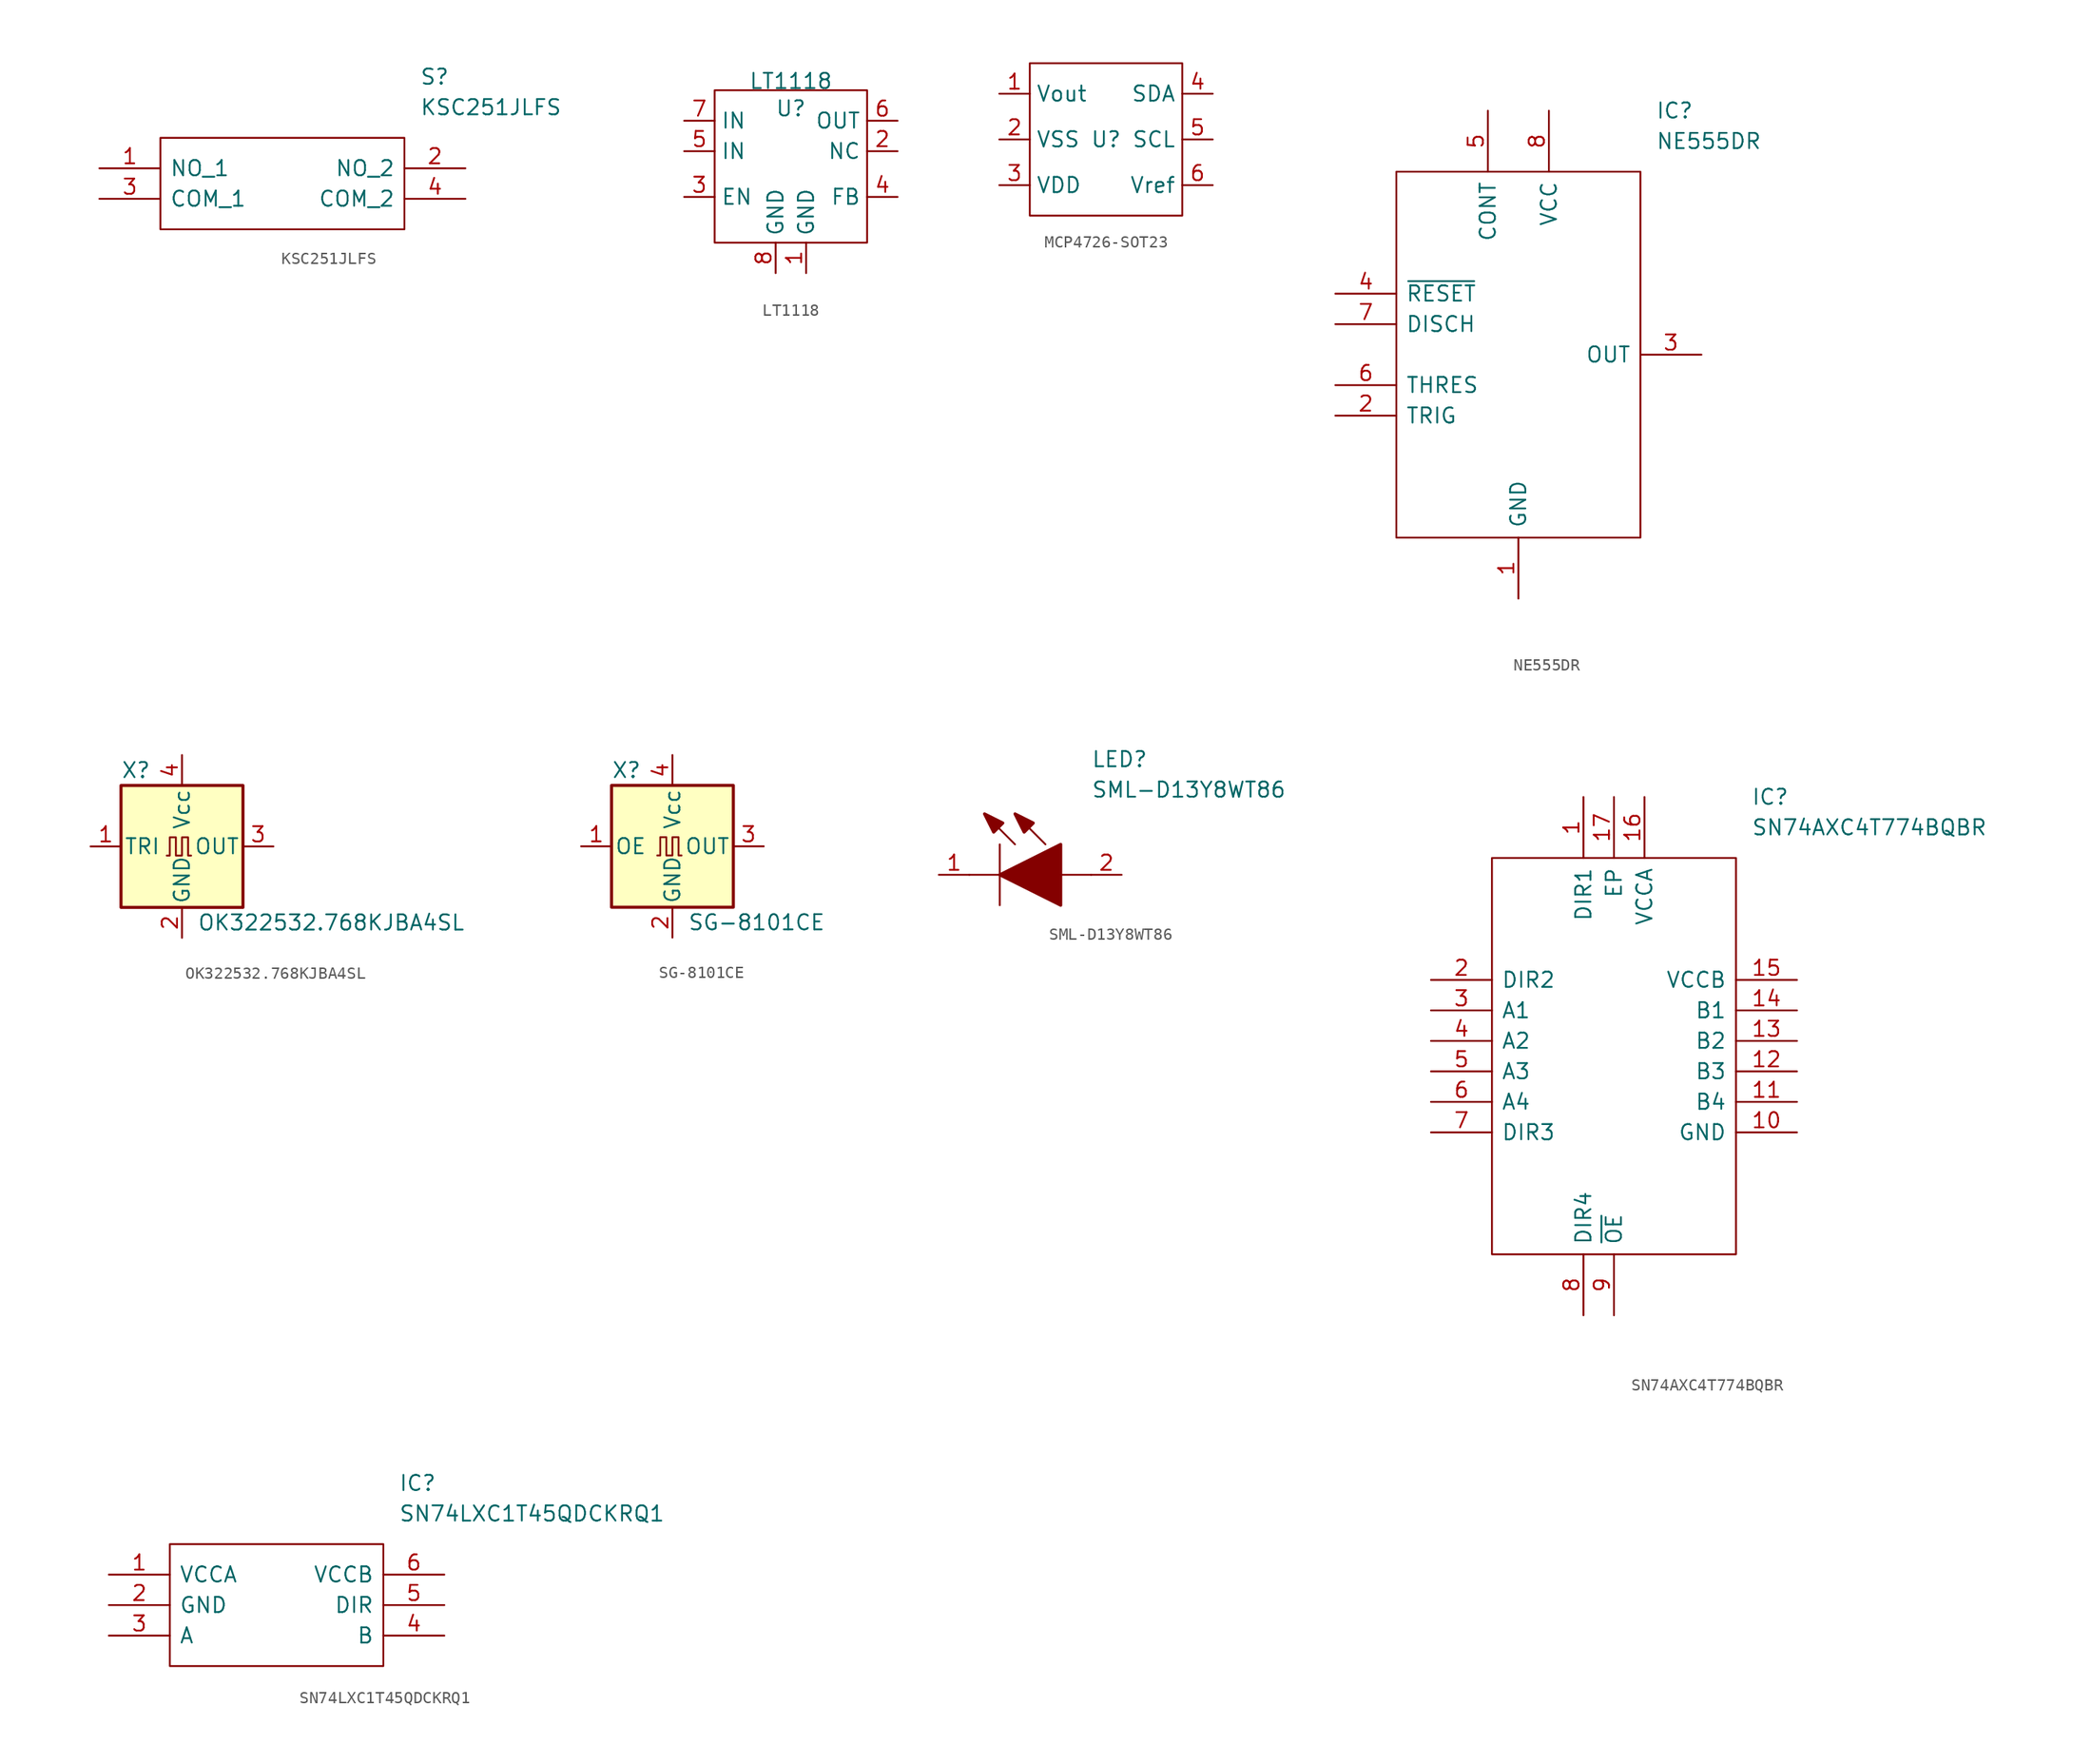
<source format=kicad_sym>
(kicad_symbol_lib
  (version 20241209)
  (generator "kicad_symbol_editor")
  (generator_version "9.0")
  (symbol "KSC251JLFS"
    (pin_names
      (offset 0.762))
    (property "Reference" "S"
      (at 26.67 7.62 0)
      (effects (font (size 1.27 1.27)) (justify left)))
    (property "Value" "KSC251JLFS"
      (at 26.67 5.08 0)
      (effects (font (size 1.27 1.27)) (justify left)))
    (symbol "KSC251JLFS_0_0"
      (pin passive line (at 0 0 0) (length 5.08) (name "NO_1" (effects (font (size 1.27 1.27)))) (number "1" (effects (font (size 1.27 1.27)))))
      (pin passive line (at 0 -2.54 0) (length 5.08) (name "COM_1" (effects (font (size 1.27 1.27)))) (number "3" (effects (font (size 1.27 1.27)))))
      (pin passive line (at 30.48 0 180) (length 5.08) (name "NO_2" (effects (font (size 1.27 1.27)))) (number "2" (effects (font (size 1.27 1.27)))))
      (pin passive line (at 30.48 -2.54 180) (length 5.08) (name "COM_2" (effects (font (size 1.27 1.27)))) (number "4" (effects (font (size 1.27 1.27))))))
    (symbol "KSC251JLFS_0_1"
      (polyline (pts (xy 5.08 2.54) (xy 25.4 2.54) (xy 25.4 -5.08) (xy 5.08 -5.08) (xy 5.08 2.54)) (stroke (width 0.152) (type solid)) (fill (type none)))))
  (symbol "LT1118"
    (property "Reference" "U"
      (at 0 4.826 0)
      (effects (font (size 1.27 1.27))))
    (property "Value" "LT1118"
      (at 0 7.112 0)
      (effects (font (size 1.27 1.27))))
    (symbol "LT1118_0_1"
      (rectangle (start -6.35 6.35) (end 6.35 -6.35) (stroke (width 0) (type default)) (fill (type none))))
    (symbol "LT1118_1_1"
      (pin unspecified line (at -8.89 3.81 0) (length 2.54) (name "IN" (effects (font (size 1.27 1.27)))) (number "7" (effects (font (size 1.27 1.27)))))
      (pin unspecified line (at -8.89 1.27 0) (length 2.54) (name "IN" (effects (font (size 1.27 1.27)))) (number "5" (effects (font (size 1.27 1.27)))))
      (pin unspecified line (at -8.89 -2.54 0) (length 2.54) (name "EN" (effects (font (size 1.27 1.27)))) (number "3" (effects (font (size 1.27 1.27)))))
      (pin unspecified line (at -1.27 -8.89 90) (length 2.54) (name "GND" (effects (font (size 1.27 1.27)))) (number "8" (effects (font (size 1.27 1.27)))))
      (pin unspecified line (at 1.27 -8.89 90) (length 2.54) (name "GND" (effects (font (size 1.27 1.27)))) (number "1" (effects (font (size 1.27 1.27)))))
      (pin unspecified line (at 8.89 3.81 180) (length 2.54) (name "OUT" (effects (font (size 1.27 1.27)))) (number "6" (effects (font (size 1.27 1.27)))))
      (pin unspecified line (at 8.89 1.27 180) (length 2.54) (name "NC" (effects (font (size 1.27 1.27)))) (number "2" (effects (font (size 1.27 1.27)))))
      (pin unspecified line (at 8.89 -2.54 180) (length 2.54) (name "FB" (effects (font (size 1.27 1.27)))) (number "4" (effects (font (size 1.27 1.27)))))))
  (symbol "MCP4726-SOT23"
    (property "Reference" "U"
      (at 0 0 0)
      (effects (font (size 1.27 1.27))))
    (property "Value" ""
      (at 0 0 0)
      (effects (font (size 1.27 1.27))))
    (symbol "MCP4726-SOT23_0_1"
      (rectangle (start -6.35 6.35) (end 6.35 -6.35) (stroke (width 0) (type default)) (fill (type none))))
    (symbol "MCP4726-SOT23_1_1"
      (pin unspecified line (at -8.89 3.81 0) (length 2.54) (name "Vout" (effects (font (size 1.27 1.27)))) (number "1" (effects (font (size 1.27 1.27)))))
      (pin unspecified line (at -8.89 0 0) (length 2.54) (name "VSS" (effects (font (size 1.27 1.27)))) (number "2" (effects (font (size 1.27 1.27)))))
      (pin unspecified line (at -8.89 -3.81 0) (length 2.54) (name "VDD" (effects (font (size 1.27 1.27)))) (number "3" (effects (font (size 1.27 1.27)))))
      (pin unspecified line (at 8.89 3.81 180) (length 2.54) (name "SDA" (effects (font (size 1.27 1.27)))) (number "4" (effects (font (size 1.27 1.27)))))
      (pin unspecified line (at 8.89 0 180) (length 2.54) (name "SCL" (effects (font (size 1.27 1.27)))) (number "5" (effects (font (size 1.27 1.27)))))
      (pin unspecified line (at 8.89 -3.81 180) (length 2.54) (name "Vref" (effects (font (size 1.27 1.27)))) (number "6" (effects (font (size 1.27 1.27)))))))
  (symbol "NE555DR"
    (pin_names
      (offset 0.762))
    (property "Reference" "IC"
      (at 26.67 15.24 0)
      (effects (font (size 1.27 1.27)) (justify left)))
    (property "Value" "NE555DR"
      (at 26.67 12.7 0)
      (effects (font (size 1.27 1.27)) (justify left)))
    (symbol "NE555DR_0_0"
      (pin bidirectional line (at 0 0 0) (length 5.08) (name "~{RESET}" (effects (font (size 1.27 1.27)))) (number "4" (effects (font (size 1.27 1.27)))))
      (pin bidirectional line (at 0 -2.54 0) (length 5.08) (name "DISCH" (effects (font (size 1.27 1.27)))) (number "7" (effects (font (size 1.27 1.27)))))
      (pin bidirectional line (at 0 -7.62 0) (length 5.08) (name "THRES" (effects (font (size 1.27 1.27)))) (number "6" (effects (font (size 1.27 1.27)))))
      (pin bidirectional line (at 0 -10.16 0) (length 5.08) (name "TRIG" (effects (font (size 1.27 1.27)))) (number "2" (effects (font (size 1.27 1.27)))))
      (pin bidirectional line (at 12.7 15.24 270) (length 5.08) (name "CONT" (effects (font (size 1.27 1.27)))) (number "5" (effects (font (size 1.27 1.27)))))
      (pin bidirectional line (at 15.24 -25.4 90) (length 5.08) (name "GND" (effects (font (size 1.27 1.27)))) (number "1" (effects (font (size 1.27 1.27)))))
      (pin bidirectional line (at 17.78 15.24 270) (length 5.08) (name "VCC" (effects (font (size 1.27 1.27)))) (number "8" (effects (font (size 1.27 1.27)))))
      (pin bidirectional line (at 30.48 -5.08 180) (length 5.08) (name "OUT" (effects (font (size 1.27 1.27)))) (number "3" (effects (font (size 1.27 1.27))))))
    (symbol "NE555DR_0_1"
      (polyline (pts (xy 5.08 10.16) (xy 25.4 10.16) (xy 25.4 -20.32) (xy 5.08 -20.32) (xy 5.08 10.16)) (stroke (width 0.152) (type solid)) (fill (type none)))))
  (symbol "OK322532.768KJBA4SL"
    (pin_names
      (offset 0.254))
    (property "Reference" "X"
      (at -5.08 6.35 0)
      (effects (font (size 1.27 1.27)) (justify left)))
    (property "Value" "OK322532.768KJBA4SL"
      (at 1.27 -6.35 0)
      (effects (font (size 1.27 1.27)) (justify left)))
    (symbol "OK322532.768KJBA4SL_0_1"
      (rectangle (start -5.08 5.08) (end 5.08 -5.08) (stroke (width 0.254) (type default)) (fill (type background)))
      (polyline (pts (xy -1.27 -0.762) (xy -1.016 -0.762) (xy -1.016 0.762) (xy -0.508 0.762) (xy -0.508 -0.762) (xy 0 -0.762) (xy 0 0.762) (xy 0.508 0.762) (xy 0.508 -0.762) (xy 0.762 -0.762)) (stroke (width 0) (type default)) (fill (type none))))
    (symbol "OK322532.768KJBA4SL_1_1"
      (pin input line (at -7.62 0 0) (length 2.54) (name "TRI" (effects (font (size 1.27 1.27)))) (number "1" (effects (font (size 1.27 1.27)))))
      (pin power_in line (at 0 7.62 270) (length 2.54) (name "Vcc" (effects (font (size 1.27 1.27)))) (number "4" (effects (font (size 1.27 1.27)))))
      (pin power_in line (at 0 -7.62 90) (length 2.54) (name "GND" (effects (font (size 1.27 1.27)))) (number "2" (effects (font (size 1.27 1.27)))))
      (pin output line (at 7.62 0 180) (length 2.54) (name "OUT" (effects (font (size 1.27 1.27)))) (number "3" (effects (font (size 1.27 1.27)))))))
  (symbol "SG-8101CE"
    (pin_names
      (offset 0.254))
    (property "Reference" "X"
      (at -5.08 6.35 0)
      (effects (font (size 1.27 1.27)) (justify left)))
    (property "Value" "SG-8101CE"
      (at 1.27 -6.35 0)
      (effects (font (size 1.27 1.27)) (justify left)))
    (symbol "SG-8101CE_0_1"
      (rectangle (start -5.08 5.08) (end 5.08 -5.08) (stroke (width 0.254) (type default)) (fill (type background)))
      (polyline (pts (xy -1.27 -0.762) (xy -1.016 -0.762) (xy -1.016 0.762) (xy -0.508 0.762) (xy -0.508 -0.762) (xy 0 -0.762) (xy 0 0.762) (xy 0.508 0.762) (xy 0.508 -0.762) (xy 0.762 -0.762)) (stroke (width 0) (type default)) (fill (type none))))
    (symbol "SG-8101CE_1_1"
      (pin input line (at -7.62 0 0) (length 2.54) (name "OE" (effects (font (size 1.27 1.27)))) (number "1" (effects (font (size 1.27 1.27)))))
      (pin power_in line (at 0 7.62 270) (length 2.54) (name "Vcc" (effects (font (size 1.27 1.27)))) (number "4" (effects (font (size 1.27 1.27)))))
      (pin power_in line (at 0 -7.62 90) (length 2.54) (name "GND" (effects (font (size 1.27 1.27)))) (number "2" (effects (font (size 1.27 1.27)))))
      (pin output line (at 7.62 0 180) (length 2.54) (name "OUT" (effects (font (size 1.27 1.27)))) (number "3" (effects (font (size 1.27 1.27)))))))
  (symbol "SML-D13Y8WT86"
    (pin_names
      (offset 0.762))
    (property "Reference" "LED"
      (at 12.7 8.89 0)
      (effects (font (size 1.27 1.27)) (justify left bottom)))
    (property "Value" "SML-D13Y8WT86"
      (at 12.7 6.35 0)
      (effects (font (size 1.27 1.27)) (justify left bottom)))
    (symbol "SML-D13Y8WT86_0_0"
      (pin passive line (at 0 0 0) (length 2.54) (name "~" (effects (font (size 1.27 1.27)))) (number "1" (effects (font (size 1.27 1.27)))))
      (pin passive line (at 15.24 0 180) (length 2.54) (name "~" (effects (font (size 1.27 1.27)))) (number "2" (effects (font (size 1.27 1.27))))))
    (symbol "SML-D13Y8WT86_0_1"
      (polyline (pts (xy 2.54 0) (xy 5.08 0)) (stroke (width 0.152) (type solid)) (fill (type none)))
      (polyline (pts (xy 5.08 2.54) (xy 5.08 -2.54)) (stroke (width 0.152) (type solid)) (fill (type none)))
      (polyline (pts (xy 5.08 0) (xy 10.16 2.54) (xy 10.16 -2.54) (xy 5.08 0)) (stroke (width 0.254) (type solid)) (fill (type outline)))
      (polyline (pts (xy 5.334 4.318) (xy 4.572 3.556) (xy 3.81 5.08) (xy 5.334 4.318)) (stroke (width 0.254) (type solid)) (fill (type outline)))
      (polyline (pts (xy 6.35 2.54) (xy 3.81 5.08)) (stroke (width 0.152) (type solid)) (fill (type none)))
      (polyline (pts (xy 7.874 4.318) (xy 7.112 3.556) (xy 6.35 5.08) (xy 7.874 4.318)) (stroke (width 0.254) (type solid)) (fill (type outline)))
      (polyline (pts (xy 8.89 2.54) (xy 6.35 5.08)) (stroke (width 0.152) (type solid)) (fill (type none)))
      (polyline (pts (xy 10.16 0) (xy 12.7 0)) (stroke (width 0.152) (type solid)) (fill (type none)))))
  (symbol "SN74AXC4T774BQBR"
    (pin_names
      (offset 0.762))
    (property "Reference" "IC"
      (at 26.67 15.24 0)
      (effects (font (size 1.27 1.27)) (justify left)))
    (property "Value" "SN74AXC4T774BQBR"
      (at 26.67 12.7 0)
      (effects (font (size 1.27 1.27)) (justify left)))
    (symbol "SN74AXC4T774BQBR_0_0"
      (pin passive line (at 0 0 0) (length 5.08) (name "DIR2" (effects (font (size 1.27 1.27)))) (number "2" (effects (font (size 1.27 1.27)))))
      (pin passive line (at 0 -2.54 0) (length 5.08) (name "A1" (effects (font (size 1.27 1.27)))) (number "3" (effects (font (size 1.27 1.27)))))
      (pin passive line (at 0 -5.08 0) (length 5.08) (name "A2" (effects (font (size 1.27 1.27)))) (number "4" (effects (font (size 1.27 1.27)))))
      (pin passive line (at 0 -7.62 0) (length 5.08) (name "A3" (effects (font (size 1.27 1.27)))) (number "5" (effects (font (size 1.27 1.27)))))
      (pin passive line (at 0 -10.16 0) (length 5.08) (name "A4" (effects (font (size 1.27 1.27)))) (number "6" (effects (font (size 1.27 1.27)))))
      (pin passive line (at 0 -12.7 0) (length 5.08) (name "DIR3" (effects (font (size 1.27 1.27)))) (number "7" (effects (font (size 1.27 1.27)))))
      (pin passive line (at 12.7 15.24 270) (length 5.08) (name "DIR1" (effects (font (size 1.27 1.27)))) (number "1" (effects (font (size 1.27 1.27)))))
      (pin passive line (at 12.7 -27.94 90) (length 5.08) (name "DIR4" (effects (font (size 1.27 1.27)))) (number "8" (effects (font (size 1.27 1.27)))))
      (pin passive line (at 15.24 15.24 270) (length 5.08) (name "EP" (effects (font (size 1.27 1.27)))) (number "17" (effects (font (size 1.27 1.27)))))
      (pin passive line (at 15.24 -27.94 90) (length 5.08) (name "~{OE}" (effects (font (size 1.27 1.27)))) (number "9" (effects (font (size 1.27 1.27)))))
      (pin passive line (at 17.78 15.24 270) (length 5.08) (name "VCCA" (effects (font (size 1.27 1.27)))) (number "16" (effects (font (size 1.27 1.27)))))
      (pin passive line (at 30.48 0 180) (length 5.08) (name "VCCB" (effects (font (size 1.27 1.27)))) (number "15" (effects (font (size 1.27 1.27)))))
      (pin passive line (at 30.48 -2.54 180) (length 5.08) (name "B1" (effects (font (size 1.27 1.27)))) (number "14" (effects (font (size 1.27 1.27)))))
      (pin passive line (at 30.48 -5.08 180) (length 5.08) (name "B2" (effects (font (size 1.27 1.27)))) (number "13" (effects (font (size 1.27 1.27)))))
      (pin passive line (at 30.48 -7.62 180) (length 5.08) (name "B3" (effects (font (size 1.27 1.27)))) (number "12" (effects (font (size 1.27 1.27)))))
      (pin passive line (at 30.48 -10.16 180) (length 5.08) (name "B4" (effects (font (size 1.27 1.27)))) (number "11" (effects (font (size 1.27 1.27)))))
      (pin passive line (at 30.48 -12.7 180) (length 5.08) (name "GND" (effects (font (size 1.27 1.27)))) (number "10" (effects (font (size 1.27 1.27))))))
    (symbol "SN74AXC4T774BQBR_0_1"
      (polyline (pts (xy 5.08 10.16) (xy 25.4 10.16) (xy 25.4 -22.86) (xy 5.08 -22.86) (xy 5.08 10.16)) (stroke (width 0.152) (type solid)) (fill (type none)))))
  (symbol "SN74LXC1T45QDCKRQ1"
    (pin_names
      (offset 0.762))
    (property "Reference" "IC"
      (at 24.13 7.62 0)
      (effects (font (size 1.27 1.27)) (justify left)))
    (property "Value" "SN74LXC1T45QDCKRQ1"
      (at 24.13 5.08 0)
      (effects (font (size 1.27 1.27)) (justify left)))
    (symbol "SN74LXC1T45QDCKRQ1_0_0"
      (pin passive line (at 0 0 0) (length 5.08) (name "VCCA" (effects (font (size 1.27 1.27)))) (number "1" (effects (font (size 1.27 1.27)))))
      (pin passive line (at 0 -2.54 0) (length 5.08) (name "GND" (effects (font (size 1.27 1.27)))) (number "2" (effects (font (size 1.27 1.27)))))
      (pin passive line (at 0 -5.08 0) (length 5.08) (name "A" (effects (font (size 1.27 1.27)))) (number "3" (effects (font (size 1.27 1.27)))))
      (pin passive line (at 27.94 0 180) (length 5.08) (name "VCCB" (effects (font (size 1.27 1.27)))) (number "6" (effects (font (size 1.27 1.27)))))
      (pin passive line (at 27.94 -2.54 180) (length 5.08) (name "DIR" (effects (font (size 1.27 1.27)))) (number "5" (effects (font (size 1.27 1.27)))))
      (pin passive line (at 27.94 -5.08 180) (length 5.08) (name "B" (effects (font (size 1.27 1.27)))) (number "4" (effects (font (size 1.27 1.27))))))
    (symbol "SN74LXC1T45QDCKRQ1_0_1"
      (polyline (pts (xy 5.08 2.54) (xy 22.86 2.54) (xy 22.86 -7.62) (xy 5.08 -7.62) (xy 5.08 2.54)) (stroke (width 0.152) (type solid)) (fill (type none))))))
</source>
